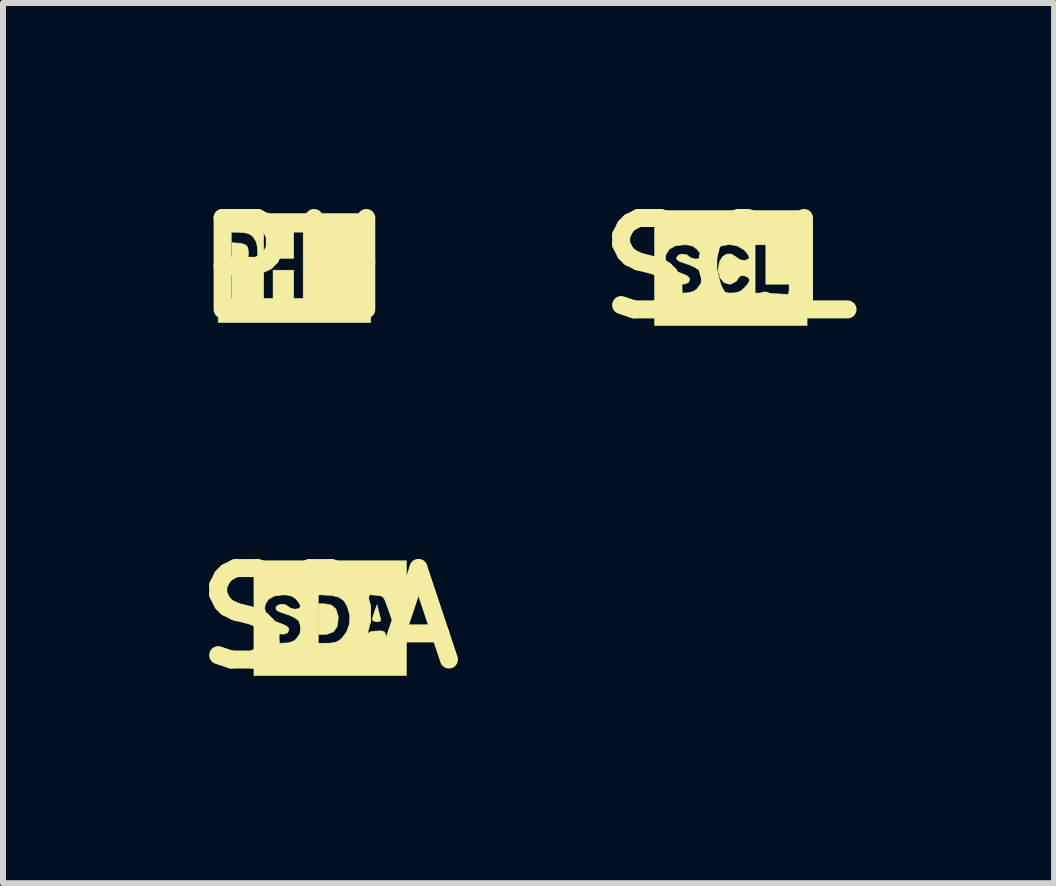
<source format=kicad_pcb>
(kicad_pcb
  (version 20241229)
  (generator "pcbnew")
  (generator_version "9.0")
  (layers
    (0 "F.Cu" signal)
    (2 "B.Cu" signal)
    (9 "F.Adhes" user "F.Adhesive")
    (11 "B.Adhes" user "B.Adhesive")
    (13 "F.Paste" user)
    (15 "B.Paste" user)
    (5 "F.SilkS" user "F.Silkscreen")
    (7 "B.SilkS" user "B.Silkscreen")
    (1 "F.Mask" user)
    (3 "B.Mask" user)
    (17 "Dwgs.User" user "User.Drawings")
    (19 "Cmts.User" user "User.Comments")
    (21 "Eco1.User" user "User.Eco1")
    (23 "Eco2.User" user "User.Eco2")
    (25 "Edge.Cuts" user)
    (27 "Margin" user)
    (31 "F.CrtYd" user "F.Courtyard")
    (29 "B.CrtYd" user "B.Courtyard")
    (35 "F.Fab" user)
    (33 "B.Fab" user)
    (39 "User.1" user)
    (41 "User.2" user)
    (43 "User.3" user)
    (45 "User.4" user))
  (footprint "PH"
    (layer "F.Cu")
    (at 1.858 1.418)
    (property "Reference" "PH" (at 0 0 0) (layer "F.SilkS") (effects (font (size 1.524 1.524) (thickness 0.3))))
    (attr through_hole)
    (fp_poly (pts (xy -0.933 -0.414) (xy -0.864 -0.404) (xy -0.817 -0.386) (xy -0.787 -0.356) (xy -0.772 -0.309) (xy -0.768 -0.243) (xy -0.772 -0.184) (xy -0.784 -0.145) (xy -0.804 -0.116) (xy -0.825 -0.094) (xy -0.849 -0.081) (xy -0.883 -0.074) (xy -0.934 -0.073) (xy -0.941 -0.073) (xy -1.041 -0.073) (xy -1.041 -0.422) (xy -0.933 -0.414)) (stroke (width 0.01) (type solid)) (fill yes) (layer "F.SilkS"))
    (fp_poly (pts (xy 1.27 0.907) (xy -1.27 0.907) (xy -1.27 0.508) (xy -1.2 0.508) (xy -1.041 0.508) (xy -1.041 0.109) (xy -0.918 0.108) (xy -0.823 0.101) (xy -0.75 0.078) (xy -0.694 0.036) (xy -0.653 -0.025) (xy -0.624 -0.109) (xy -0.622 -0.121) (xy -0.612 -0.193) (xy -0.612 -0.278) (xy -0.619 -0.36) (xy -0.634 -0.427) (xy -0.643 -0.448) (xy -0.672 -0.498) (xy -0.704 -0.535) (xy -0.742 -0.562) (xy -0.79 -0.581) (xy -0.853 -0.592) (xy -0.933 -0.597) (xy -1.016 -0.598) (xy -1.2 -0.599) (xy -0.514 -0.599) (xy -0.514 0.508) (xy -0.356 0.508) (xy -0.356 0.036) (xy -0.013 0.036) (xy -0.013 0.508) (xy 0.146 0.508) (xy 0.146 -0.599) (xy 0.067 -0.599) (xy -0.013 -0.599) (xy -0.013 -0.163) (xy -0.356 -0.163) (xy -0.356 -0.599) (xy -0.514 -0.599) (xy -1.2 -0.599) (xy -1.2 0.508) (xy -1.27 0.508) (xy -1.27 -0.907) (xy 1.27 -0.907) (xy 1.27 0.907)) (stroke (width 0.01) (type solid)) (fill yes) (layer "F.SilkS")))
  (footprint "SCL"
    (layer "F.Cu")
    (at 9.118 1.418)
    (property "Reference" "SCL" (at 0 0 0) (layer "F.SilkS") (effects (font (size 1.524 1.524) (thickness 0.3))))
    (attr through_hole)
    (fp_poly (pts (xy 1.285 0.956) (xy -1.255 0.956) (xy -1.255 0.203) (xy -1.103 0.203) (xy -1.07 0.273) (xy -1.028 0.326) (xy -0.975 0.381) (xy -0.919 0.409) (xy -0.837 0.418) (xy -0.791 0.418) (xy -0.678 0.411) (xy -0.599 0.384) (xy -0.55 0.348) (xy -0.485 0.259) (xy -0.469 0.156) (xy -0.493 0.083) (xy -0.381 0.083) (xy -0.345 0.217) (xy -0.276 0.324) (xy -0.213 0.373) (xy -0.135 0.4) (xy -0.031 0.415) (xy 0.01 0.417) (xy 0.11 0.411) (xy 0.18 0.383) (xy 0.241 0.331) (xy 0.297 0.265) (xy 0.327 0.209) (xy 0.329 0.197) (xy 0.305 0.159) (xy 0.253 0.132) (xy 0.195 0.123) (xy 0.158 0.141) (xy 0.156 0.145) (xy 0.104 0.219) (xy 0.024 0.264) (xy -0.012 0.269) (xy -0.098 0.242) (xy -0.161 0.168) (xy -0.192 0.057) (xy -0.194 0.015) (xy -0.176 -0.102) (xy -0.126 -0.186) (xy -0.057 -0.232) (xy 0.022 -0.234) (xy 0.101 -0.183) (xy 0.106 -0.178) (xy 0.168 -0.138) (xy 0.241 -0.126) (xy 0.301 -0.145) (xy 0.322 -0.172) (xy 0.309 -0.214) (xy 0.263 -0.274) (xy 0.239 -0.299) (xy 0.125 -0.369) (xy 0.019 -0.388) (xy 0.418 -0.388) (xy 0.418 0.416) (xy 0.68 0.426) (xy 0.8 0.431) (xy 0.896 0.436) (xy 0.955 0.441) (xy 0.964 0.442) (xy 0.979 0.421) (xy 0.986 0.361) (xy 0.986 0.359) (xy 0.986 0.269) (xy 0.598 0.269) (xy 0.598 -0.388) (xy 0.418 -0.388) (xy 0.019 -0.388) (xy -0.005 -0.393) (xy -0.135 -0.373) (xy -0.249 -0.311) (xy -0.333 -0.211) (xy -0.34 -0.199) (xy -0.38 -0.06) (xy -0.381 0.083) (xy -0.493 0.083) (xy -0.502 0.057) (xy -0.522 0.031) (xy -0.58 -0.01) (xy -0.672 -0.053) (xy -0.738 -0.075) (xy -0.835 -0.108) (xy -0.882 -0.139) (xy -0.891 -0.173) (xy -0.857 -0.216) (xy -0.793 -0.233) (xy -0.725 -0.222) (xy -0.689 -0.196) (xy -0.636 -0.162) (xy -0.569 -0.149) (xy -0.509 -0.159) (xy -0.479 -0.19) (xy -0.478 -0.196) (xy -0.498 -0.247) (xy -0.546 -0.31) (xy -0.551 -0.315) (xy -0.616 -0.364) (xy -0.696 -0.385) (xy -0.772 -0.388) (xy -0.913 -0.37) (xy -1.013 -0.315) (xy -1.067 -0.229) (xy -1.076 -0.167) (xy -1.056 -0.073) (xy -0.992 0.002) (xy -0.877 0.064) (xy -0.813 0.088) (xy -0.722 0.125) (xy -0.679 0.164) (xy -0.672 0.194) (xy -0.696 0.243) (xy -0.753 0.266) (xy -0.822 0.263) (xy -0.88 0.232) (xy -0.896 0.211) (xy -0.955 0.159) (xy -1.017 0.149) (xy -1.085 0.162) (xy -1.103 0.203) (xy -1.255 0.203) (xy -1.255 -0.956) (xy 1.285 -0.956) (xy 1.285 0.956)) (stroke (width 0.01) (type solid)) (fill yes) (layer "F.SilkS")))
  (footprint "SDA"
    (layer "F.Cu")
    (at 2.438 7.254)
    (property "Reference" "SDA" (at 0 0 0) (layer "F.SilkS") (effects (font (size 1.524 1.524) (thickness 0.3))))
    (attr through_hole)
    (fp_poly (pts (xy 0.039 -0.217) (xy 0.112 -0.149) (xy 0.147 -0.037) (xy 0.149 0.015) (xy 0.13 0.143) (xy 0.07 0.227) (xy -0.029 0.266) (xy -0.075 0.269) (xy -0.179 0.269) (xy -0.179 -0.239) (xy -0.075 -0.239) (xy 0.039 -0.217)) (stroke (width 0.01) (type solid)) (fill yes) (layer "F.SilkS"))
    (fp_poly (pts (xy 0.818 -0.134) (xy 0.839 -0.051) (xy 0.855 0.007) (xy 0.853 0.047) (xy 0.806 0.06) (xy 0.794 0.06) (xy 0.737 0.047) (xy 0.719 0.022) (xy 0.731 -0.029) (xy 0.755 -0.107) (xy 0.759 -0.119) (xy 0.797 -0.223) (xy 0.818 -0.134)) (stroke (width 0.01) (type solid)) (fill yes) (layer "F.SilkS"))
    (fp_poly (pts (xy 1.285 0.956) (xy -1.255 0.956) (xy -1.255 0.203) (xy -1.103 0.203) (xy -1.07 0.273) (xy -1.028 0.326) (xy -0.975 0.381) (xy -0.919 0.409) (xy -0.837 0.418) (xy -0.791 0.418) (xy -0.676 0.411) (xy -0.596 0.383) (xy -0.553 0.351) (xy -0.49 0.264) (xy -0.472 0.161) (xy -0.499 0.062) (xy -0.522 0.031) (xy -0.58 -0.01) (xy -0.672 -0.053) (xy -0.738 -0.075) (xy -0.835 -0.108) (xy -0.882 -0.139) (xy -0.891 -0.173) (xy -0.857 -0.216) (xy -0.793 -0.233) (xy -0.725 -0.222) (xy -0.689 -0.196) (xy -0.636 -0.162) (xy -0.569 -0.149) (xy -0.509 -0.159) (xy -0.479 -0.19) (xy -0.478 -0.196) (xy -0.498 -0.247) (xy -0.546 -0.31) (xy -0.551 -0.315) (xy -0.616 -0.364) (xy -0.696 -0.385) (xy -0.772 -0.388) (xy -0.359 -0.388) (xy -0.359 0.418) (xy -0.12 0.418) (xy 0.003 0.417) (xy 0.084 0.408) (xy 0.122 0.395) (xy 0.393 0.395) (xy 0.413 0.41) (xy 0.473 0.418) (xy 0.49 0.418) (xy 0.563 0.412) (xy 0.601 0.38) (xy 0.621 0.321) (xy 0.642 0.261) (xy 0.675 0.231) (xy 0.742 0.218) (xy 0.785 0.215) (xy 0.87 0.212) (xy 0.915 0.225) (xy 0.938 0.263) (xy 0.949 0.305) (xy 0.975 0.372) (xy 1.019 0.403) (xy 1.084 0.413) (xy 1.192 0.422) (xy 1.101 0.174) (xy 1.051 0.038) (xy 1.003 -0.097) (xy 0.964 -0.206) (xy 0.958 -0.224) (xy 0.924 -0.312) (xy 0.892 -0.357) (xy 0.845 -0.376) (xy 0.789 -0.382) (xy 0.672 -0.391) (xy 0.538 -0.01) (xy 0.488 0.132) (xy 0.445 0.254) (xy 0.412 0.344) (xy 0.395 0.391) (xy 0.393 0.395) (xy 0.122 0.395) (xy 0.14 0.389) (xy 0.19 0.354) (xy 0.21 0.336) (xy 0.29 0.23) (xy 0.337 0.097) (xy 0.344 -0.038) (xy 0.34 -0.06) (xy 0.3 -0.197) (xy 0.244 -0.291) (xy 0.161 -0.35) (xy 0.04 -0.38) (xy -0.129 -0.388) (xy -0.133 -0.388) (xy -0.359 -0.388) (xy -0.772 -0.388) (xy -0.913 -0.37) (xy -1.013 -0.315) (xy -1.067 -0.229) (xy -1.076 -0.167) (xy -1.056 -0.073) (xy -0.992 0.002) (xy -0.877 0.064) (xy -0.813 0.088) (xy -0.722 0.125) (xy -0.679 0.164) (xy -0.672 0.194) (xy -0.696 0.243) (xy -0.753 0.266) (xy -0.822 0.263) (xy -0.88 0.232) (xy -0.896 0.211) (xy -0.955 0.159) (xy -1.017 0.149) (xy -1.085 0.162) (xy -1.103 0.203) (xy -1.255 0.203) (xy -1.255 -0.956) (xy 1.285 -0.956) (xy 1.285 0.956)) (stroke (width 0.01) (type solid)) (fill yes) (layer "F.SilkS")))
  (gr_rect
    (start -3 -3)
    (end 14.52 11.672)
    (stroke (width 0.1) (type default))
    (fill no)
    (layer "Edge.Cuts")))
</source>
